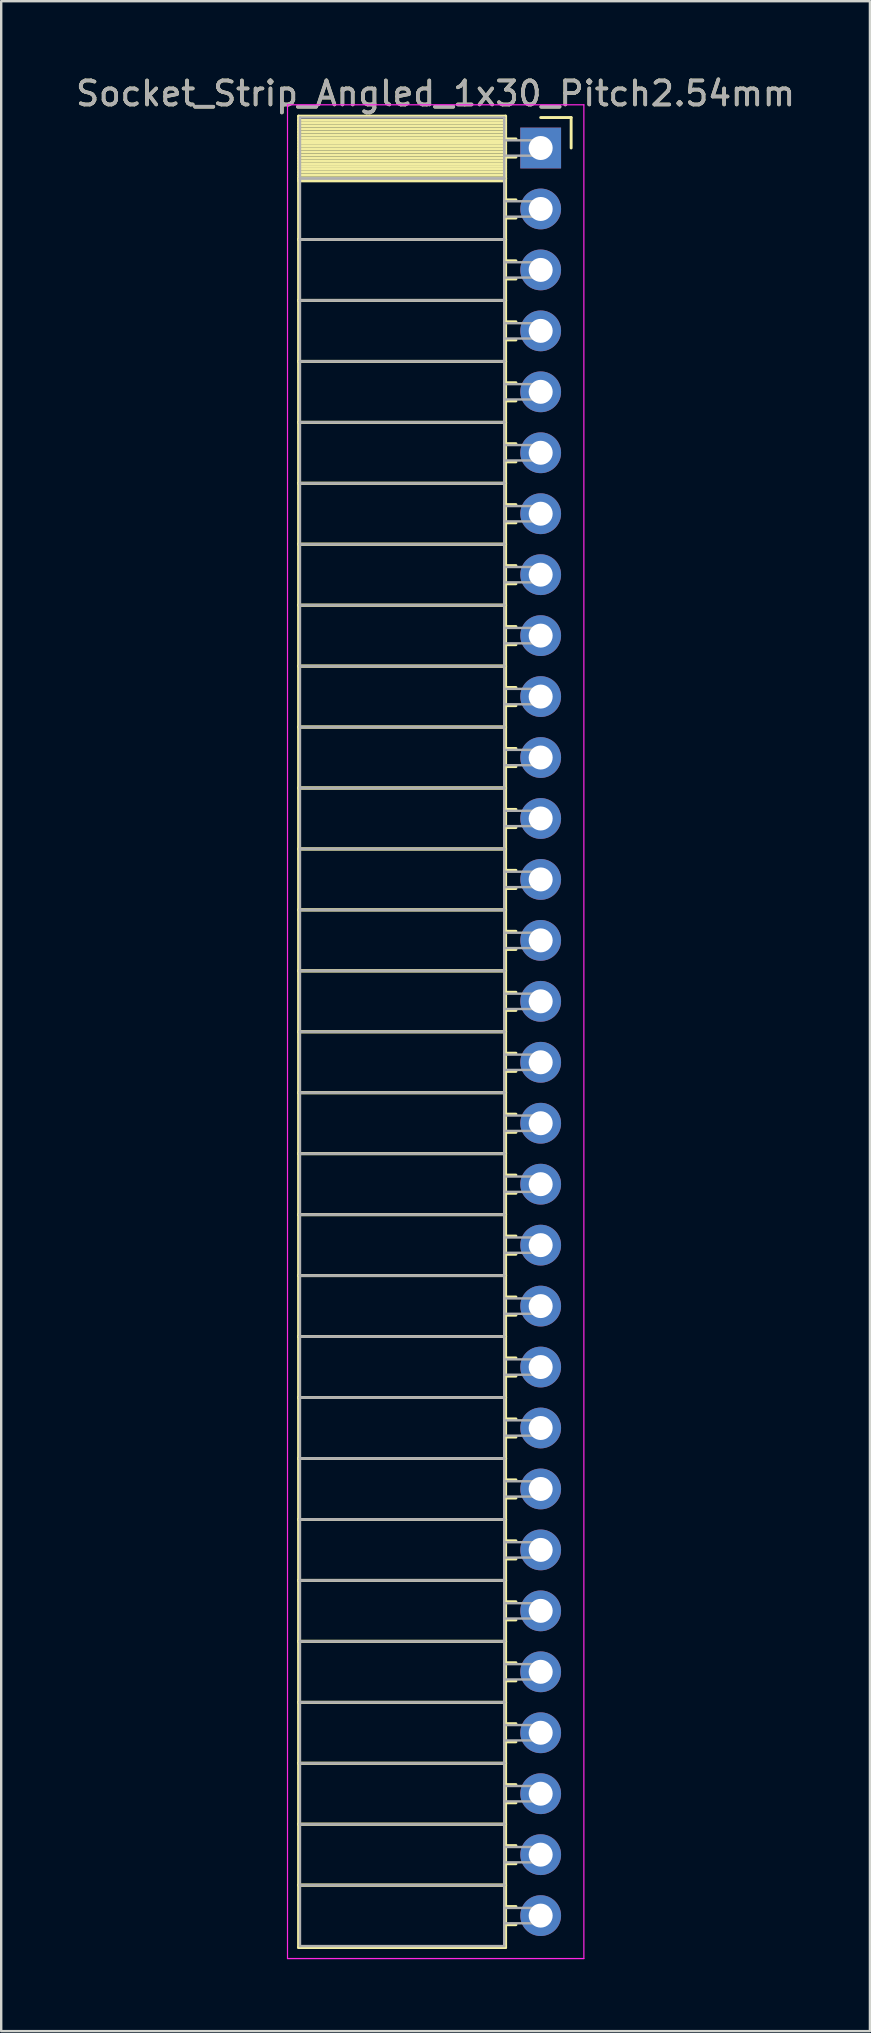
<source format=kicad_pcb>
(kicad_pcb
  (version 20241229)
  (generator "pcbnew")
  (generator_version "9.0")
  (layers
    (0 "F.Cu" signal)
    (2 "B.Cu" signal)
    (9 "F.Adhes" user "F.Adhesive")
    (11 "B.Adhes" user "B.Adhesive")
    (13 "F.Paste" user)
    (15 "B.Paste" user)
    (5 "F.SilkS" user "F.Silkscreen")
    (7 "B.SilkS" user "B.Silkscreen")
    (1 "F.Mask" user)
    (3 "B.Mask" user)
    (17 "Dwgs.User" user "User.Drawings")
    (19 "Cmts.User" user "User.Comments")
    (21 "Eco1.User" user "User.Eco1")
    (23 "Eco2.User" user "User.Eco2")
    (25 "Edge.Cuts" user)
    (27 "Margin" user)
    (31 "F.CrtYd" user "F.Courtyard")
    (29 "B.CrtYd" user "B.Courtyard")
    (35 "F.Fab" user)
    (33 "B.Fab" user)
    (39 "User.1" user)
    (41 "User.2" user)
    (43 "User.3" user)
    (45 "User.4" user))
  (footprint "Socket_Strip_Angled_1x30_Pitch2.54mm"
    (layer "F.Cu")
    (at 19.481 3.118)
    (property "Reference" "Socket_Strip_Angled_1x30_Pitch2.54mm" (at -4.38 -2.27 0) (layer "F.SilkS") (effects (font (size 1 1) (thickness 0.15))))
    (attr through_hole)
    (fp_line (start -10.09 -1.33) (end -1.46 -1.33) (stroke (width 0.12) (type solid)) (layer "F.SilkS"))
    (fp_line (start -10.09 1.27) (end -10.09 -1.33) (stroke (width 0.12) (type solid)) (layer "F.SilkS"))
    (fp_line (start -10.09 1.27) (end -1.46 1.27) (stroke (width 0.12) (type solid)) (layer "F.SilkS"))
    (fp_line (start -10.09 3.81) (end -10.09 1.27) (stroke (width 0.12) (type solid)) (layer "F.SilkS"))
    (fp_line (start -10.09 3.81) (end -1.46 3.81) (stroke (width 0.12) (type solid)) (layer "F.SilkS"))
    (fp_line (start -10.09 6.35) (end -10.09 3.81) (stroke (width 0.12) (type solid)) (layer "F.SilkS"))
    (fp_line (start -10.09 6.35) (end -1.46 6.35) (stroke (width 0.12) (type solid)) (layer "F.SilkS"))
    (fp_line (start -10.09 8.89) (end -10.09 6.35) (stroke (width 0.12) (type solid)) (layer "F.SilkS"))
    (fp_line (start -10.09 8.89) (end -1.46 8.89) (stroke (width 0.12) (type solid)) (layer "F.SilkS"))
    (fp_line (start -10.09 11.43) (end -10.09 8.89) (stroke (width 0.12) (type solid)) (layer "F.SilkS"))
    (fp_line (start -10.09 11.43) (end -1.46 11.43) (stroke (width 0.12) (type solid)) (layer "F.SilkS"))
    (fp_line (start -10.09 13.97) (end -10.09 11.43) (stroke (width 0.12) (type solid)) (layer "F.SilkS"))
    (fp_line (start -10.09 13.97) (end -1.46 13.97) (stroke (width 0.12) (type solid)) (layer "F.SilkS"))
    (fp_line (start -10.09 16.51) (end -10.09 13.97) (stroke (width 0.12) (type solid)) (layer "F.SilkS"))
    (fp_line (start -10.09 16.51) (end -1.46 16.51) (stroke (width 0.12) (type solid)) (layer "F.SilkS"))
    (fp_line (start -10.09 19.05) (end -10.09 16.51) (stroke (width 0.12) (type solid)) (layer "F.SilkS"))
    (fp_line (start -10.09 19.05) (end -1.46 19.05) (stroke (width 0.12) (type solid)) (layer "F.SilkS"))
    (fp_line (start -10.09 21.59) (end -10.09 19.05) (stroke (width 0.12) (type solid)) (layer "F.SilkS"))
    (fp_line (start -10.09 21.59) (end -1.46 21.59) (stroke (width 0.12) (type solid)) (layer "F.SilkS"))
    (fp_line (start -10.09 24.13) (end -10.09 21.59) (stroke (width 0.12) (type solid)) (layer "F.SilkS"))
    (fp_line (start -10.09 24.13) (end -1.46 24.13) (stroke (width 0.12) (type solid)) (layer "F.SilkS"))
    (fp_line (start -10.09 26.67) (end -10.09 24.13) (stroke (width 0.12) (type solid)) (layer "F.SilkS"))
    (fp_line (start -10.09 26.67) (end -1.46 26.67) (stroke (width 0.12) (type solid)) (layer "F.SilkS"))
    (fp_line (start -10.09 29.21) (end -10.09 26.67) (stroke (width 0.12) (type solid)) (layer "F.SilkS"))
    (fp_line (start -10.09 29.21) (end -1.46 29.21) (stroke (width 0.12) (type solid)) (layer "F.SilkS"))
    (fp_line (start -10.09 31.75) (end -10.09 29.21) (stroke (width 0.12) (type solid)) (layer "F.SilkS"))
    (fp_line (start -10.09 31.75) (end -1.46 31.75) (stroke (width 0.12) (type solid)) (layer "F.SilkS"))
    (fp_line (start -10.09 34.29) (end -10.09 31.75) (stroke (width 0.12) (type solid)) (layer "F.SilkS"))
    (fp_line (start -10.09 34.29) (end -1.46 34.29) (stroke (width 0.12) (type solid)) (layer "F.SilkS"))
    (fp_line (start -10.09 36.83) (end -10.09 34.29) (stroke (width 0.12) (type solid)) (layer "F.SilkS"))
    (fp_line (start -10.09 36.83) (end -1.46 36.83) (stroke (width 0.12) (type solid)) (layer "F.SilkS"))
    (fp_line (start -10.09 39.37) (end -10.09 36.83) (stroke (width 0.12) (type solid)) (layer "F.SilkS"))
    (fp_line (start -10.09 39.37) (end -1.46 39.37) (stroke (width 0.12) (type solid)) (layer "F.SilkS"))
    (fp_line (start -10.09 41.91) (end -10.09 39.37) (stroke (width 0.12) (type solid)) (layer "F.SilkS"))
    (fp_line (start -10.09 41.91) (end -1.46 41.91) (stroke (width 0.12) (type solid)) (layer "F.SilkS"))
    (fp_line (start -10.09 44.45) (end -10.09 41.91) (stroke (width 0.12) (type solid)) (layer "F.SilkS"))
    (fp_line (start -10.09 44.45) (end -1.46 44.45) (stroke (width 0.12) (type solid)) (layer "F.SilkS"))
    (fp_line (start -10.09 46.99) (end -10.09 44.45) (stroke (width 0.12) (type solid)) (layer "F.SilkS"))
    (fp_line (start -10.09 46.99) (end -1.46 46.99) (stroke (width 0.12) (type solid)) (layer "F.SilkS"))
    (fp_line (start -10.09 49.53) (end -10.09 46.99) (stroke (width 0.12) (type solid)) (layer "F.SilkS"))
    (fp_line (start -10.09 49.53) (end -1.46 49.53) (stroke (width 0.12) (type solid)) (layer "F.SilkS"))
    (fp_line (start -10.09 52.07) (end -10.09 49.53) (stroke (width 0.12) (type solid)) (layer "F.SilkS"))
    (fp_line (start -10.09 52.07) (end -1.46 52.07) (stroke (width 0.12) (type solid)) (layer "F.SilkS"))
    (fp_line (start -10.09 54.61) (end -10.09 52.07) (stroke (width 0.12) (type solid)) (layer "F.SilkS"))
    (fp_line (start -10.09 54.61) (end -1.46 54.61) (stroke (width 0.12) (type solid)) (layer "F.SilkS"))
    (fp_line (start -10.09 57.15) (end -10.09 54.61) (stroke (width 0.12) (type solid)) (layer "F.SilkS"))
    (fp_line (start -10.09 57.15) (end -1.46 57.15) (stroke (width 0.12) (type solid)) (layer "F.SilkS"))
    (fp_line (start -10.09 59.69) (end -10.09 57.15) (stroke (width 0.12) (type solid)) (layer "F.SilkS"))
    (fp_line (start -10.09 59.69) (end -1.46 59.69) (stroke (width 0.12) (type solid)) (layer "F.SilkS"))
    (fp_line (start -10.09 62.23) (end -10.09 59.69) (stroke (width 0.12) (type solid)) (layer "F.SilkS"))
    (fp_line (start -10.09 62.23) (end -1.46 62.23) (stroke (width 0.12) (type solid)) (layer "F.SilkS"))
    (fp_line (start -10.09 64.77) (end -10.09 62.23) (stroke (width 0.12) (type solid)) (layer "F.SilkS"))
    (fp_line (start -10.09 64.77) (end -1.46 64.77) (stroke (width 0.12) (type solid)) (layer "F.SilkS"))
    (fp_line (start -10.09 67.31) (end -10.09 64.77) (stroke (width 0.12) (type solid)) (layer "F.SilkS"))
    (fp_line (start -10.09 67.31) (end -1.46 67.31) (stroke (width 0.12) (type solid)) (layer "F.SilkS"))
    (fp_line (start -10.09 69.85) (end -10.09 67.31) (stroke (width 0.12) (type solid)) (layer "F.SilkS"))
    (fp_line (start -10.09 69.85) (end -1.46 69.85) (stroke (width 0.12) (type solid)) (layer "F.SilkS"))
    (fp_line (start -10.09 72.39) (end -10.09 69.85) (stroke (width 0.12) (type solid)) (layer "F.SilkS"))
    (fp_line (start -10.09 72.39) (end -1.46 72.39) (stroke (width 0.12) (type solid)) (layer "F.SilkS"))
    (fp_line (start -10.09 74.99) (end -10.09 72.39) (stroke (width 0.12) (type solid)) (layer "F.SilkS"))
    (fp_line (start -1.46 -1.33) (end -1.46 1.27) (stroke (width 0.12) (type solid)) (layer "F.SilkS"))
    (fp_line (start -1.46 -1.15) (end -10.09 -1.15) (stroke (width 0.12) (type solid)) (layer "F.SilkS"))
    (fp_line (start -1.46 -1.03) (end -10.09 -1.03) (stroke (width 0.12) (type solid)) (layer "F.SilkS"))
    (fp_line (start -1.46 -0.91) (end -10.09 -0.91) (stroke (width 0.12) (type solid)) (layer "F.SilkS"))
    (fp_line (start -1.46 -0.79) (end -10.09 -0.79) (stroke (width 0.12) (type solid)) (layer "F.SilkS"))
    (fp_line (start -1.46 -0.67) (end -10.09 -0.67) (stroke (width 0.12) (type solid)) (layer "F.SilkS"))
    (fp_line (start -1.46 -0.55) (end -10.09 -0.55) (stroke (width 0.12) (type solid)) (layer "F.SilkS"))
    (fp_line (start -1.46 -0.43) (end -10.09 -0.43) (stroke (width 0.12) (type solid)) (layer "F.SilkS"))
    (fp_line (start -1.46 -0.31) (end -10.09 -0.31) (stroke (width 0.12) (type solid)) (layer "F.SilkS"))
    (fp_line (start -1.46 -0.19) (end -10.09 -0.19) (stroke (width 0.12) (type solid)) (layer "F.SilkS"))
    (fp_line (start -1.46 -0.07) (end -10.09 -0.07) (stroke (width 0.12) (type solid)) (layer "F.SilkS"))
    (fp_line (start -1.46 0.05) (end -10.09 0.05) (stroke (width 0.12) (type solid)) (layer "F.SilkS"))
    (fp_line (start -1.46 0.17) (end -10.09 0.17) (stroke (width 0.12) (type solid)) (layer "F.SilkS"))
    (fp_line (start -1.46 0.29) (end -10.09 0.29) (stroke (width 0.12) (type solid)) (layer "F.SilkS"))
    (fp_line (start -1.46 0.41) (end -10.09 0.41) (stroke (width 0.12) (type solid)) (layer "F.SilkS"))
    (fp_line (start -1.46 0.53) (end -10.09 0.53) (stroke (width 0.12) (type solid)) (layer "F.SilkS"))
    (fp_line (start -1.46 0.65) (end -10.09 0.65) (stroke (width 0.12) (type solid)) (layer "F.SilkS"))
    (fp_line (start -1.46 0.77) (end -10.09 0.77) (stroke (width 0.12) (type solid)) (layer "F.SilkS"))
    (fp_line (start -1.46 0.89) (end -10.09 0.89) (stroke (width 0.12) (type solid)) (layer "F.SilkS"))
    (fp_line (start -1.46 1.01) (end -10.09 1.01) (stroke (width 0.12) (type solid)) (layer "F.SilkS"))
    (fp_line (start -1.46 1.13) (end -10.09 1.13) (stroke (width 0.12) (type solid)) (layer "F.SilkS"))
    (fp_line (start -1.46 1.25) (end -10.09 1.25) (stroke (width 0.12) (type solid)) (layer "F.SilkS"))
    (fp_line (start -1.46 1.27) (end -10.09 1.27) (stroke (width 0.12) (type solid)) (layer "F.SilkS"))
    (fp_line (start -1.46 1.27) (end -1.46 3.81) (stroke (width 0.12) (type solid)) (layer "F.SilkS"))
    (fp_line (start -1.46 1.37) (end -10.09 1.37) (stroke (width 0.12) (type solid)) (layer "F.SilkS"))
    (fp_line (start -1.46 3.81) (end -10.09 3.81) (stroke (width 0.12) (type solid)) (layer "F.SilkS"))
    (fp_line (start -1.46 3.81) (end -1.46 6.35) (stroke (width 0.12) (type solid)) (layer "F.SilkS"))
    (fp_line (start -1.46 6.35) (end -10.09 6.35) (stroke (width 0.12) (type solid)) (layer "F.SilkS"))
    (fp_line (start -1.46 6.35) (end -1.46 8.89) (stroke (width 0.12) (type solid)) (layer "F.SilkS"))
    (fp_line (start -1.46 8.89) (end -10.09 8.89) (stroke (width 0.12) (type solid)) (layer "F.SilkS"))
    (fp_line (start -1.46 8.89) (end -1.46 11.43) (stroke (width 0.12) (type solid)) (layer "F.SilkS"))
    (fp_line (start -1.46 11.43) (end -10.09 11.43) (stroke (width 0.12) (type solid)) (layer "F.SilkS"))
    (fp_line (start -1.46 11.43) (end -1.46 13.97) (stroke (width 0.12) (type solid)) (layer "F.SilkS"))
    (fp_line (start -1.46 13.97) (end -10.09 13.97) (stroke (width 0.12) (type solid)) (layer "F.SilkS"))
    (fp_line (start -1.46 13.97) (end -1.46 16.51) (stroke (width 0.12) (type solid)) (layer "F.SilkS"))
    (fp_line (start -1.46 16.51) (end -10.09 16.51) (stroke (width 0.12) (type solid)) (layer "F.SilkS"))
    (fp_line (start -1.46 16.51) (end -1.46 19.05) (stroke (width 0.12) (type solid)) (layer "F.SilkS"))
    (fp_line (start -1.46 19.05) (end -10.09 19.05) (stroke (width 0.12) (type solid)) (layer "F.SilkS"))
    (fp_line (start -1.46 19.05) (end -1.46 21.59) (stroke (width 0.12) (type solid)) (layer "F.SilkS"))
    (fp_line (start -1.46 21.59) (end -10.09 21.59) (stroke (width 0.12) (type solid)) (layer "F.SilkS"))
    (fp_line (start -1.46 21.59) (end -1.46 24.13) (stroke (width 0.12) (type solid)) (layer "F.SilkS"))
    (fp_line (start -1.46 24.13) (end -10.09 24.13) (stroke (width 0.12) (type solid)) (layer "F.SilkS"))
    (fp_line (start -1.46 24.13) (end -1.46 26.67) (stroke (width 0.12) (type solid)) (layer "F.SilkS"))
    (fp_line (start -1.46 26.67) (end -10.09 26.67) (stroke (width 0.12) (type solid)) (layer "F.SilkS"))
    (fp_line (start -1.46 26.67) (end -1.46 29.21) (stroke (width 0.12) (type solid)) (layer "F.SilkS"))
    (fp_line (start -1.46 29.21) (end -10.09 29.21) (stroke (width 0.12) (type solid)) (layer "F.SilkS"))
    (fp_line (start -1.46 29.21) (end -1.46 31.75) (stroke (width 0.12) (type solid)) (layer "F.SilkS"))
    (fp_line (start -1.46 31.75) (end -10.09 31.75) (stroke (width 0.12) (type solid)) (layer "F.SilkS"))
    (fp_line (start -1.46 31.75) (end -1.46 34.29) (stroke (width 0.12) (type solid)) (layer "F.SilkS"))
    (fp_line (start -1.46 34.29) (end -10.09 34.29) (stroke (width 0.12) (type solid)) (layer "F.SilkS"))
    (fp_line (start -1.46 34.29) (end -1.46 36.83) (stroke (width 0.12) (type solid)) (layer "F.SilkS"))
    (fp_line (start -1.46 36.83) (end -10.09 36.83) (stroke (width 0.12) (type solid)) (layer "F.SilkS"))
    (fp_line (start -1.46 36.83) (end -1.46 39.37) (stroke (width 0.12) (type solid)) (layer "F.SilkS"))
    (fp_line (start -1.46 39.37) (end -10.09 39.37) (stroke (width 0.12) (type solid)) (layer "F.SilkS"))
    (fp_line (start -1.46 39.37) (end -1.46 41.91) (stroke (width 0.12) (type solid)) (layer "F.SilkS"))
    (fp_line (start -1.46 41.91) (end -10.09 41.91) (stroke (width 0.12) (type solid)) (layer "F.SilkS"))
    (fp_line (start -1.46 41.91) (end -1.46 44.45) (stroke (width 0.12) (type solid)) (layer "F.SilkS"))
    (fp_line (start -1.46 44.45) (end -10.09 44.45) (stroke (width 0.12) (type solid)) (layer "F.SilkS"))
    (fp_line (start -1.46 44.45) (end -1.46 46.99) (stroke (width 0.12) (type solid)) (layer "F.SilkS"))
    (fp_line (start -1.46 46.99) (end -10.09 46.99) (stroke (width 0.12) (type solid)) (layer "F.SilkS"))
    (fp_line (start -1.46 46.99) (end -1.46 49.53) (stroke (width 0.12) (type solid)) (layer "F.SilkS"))
    (fp_line (start -1.46 49.53) (end -10.09 49.53) (stroke (width 0.12) (type solid)) (layer "F.SilkS"))
    (fp_line (start -1.46 49.53) (end -1.46 52.07) (stroke (width 0.12) (type solid)) (layer "F.SilkS"))
    (fp_line (start -1.46 52.07) (end -10.09 52.07) (stroke (width 0.12) (type solid)) (layer "F.SilkS"))
    (fp_line (start -1.46 52.07) (end -1.46 54.61) (stroke (width 0.12) (type solid)) (layer "F.SilkS"))
    (fp_line (start -1.46 54.61) (end -10.09 54.61) (stroke (width 0.12) (type solid)) (layer "F.SilkS"))
    (fp_line (start -1.46 54.61) (end -1.46 57.15) (stroke (width 0.12) (type solid)) (layer "F.SilkS"))
    (fp_line (start -1.46 57.15) (end -10.09 57.15) (stroke (width 0.12) (type solid)) (layer "F.SilkS"))
    (fp_line (start -1.46 57.15) (end -1.46 59.69) (stroke (width 0.12) (type solid)) (layer "F.SilkS"))
    (fp_line (start -1.46 59.69) (end -10.09 59.69) (stroke (width 0.12) (type solid)) (layer "F.SilkS"))
    (fp_line (start -1.46 59.69) (end -1.46 62.23) (stroke (width 0.12) (type solid)) (layer "F.SilkS"))
    (fp_line (start -1.46 62.23) (end -10.09 62.23) (stroke (width 0.12) (type solid)) (layer "F.SilkS"))
    (fp_line (start -1.46 62.23) (end -1.46 64.77) (stroke (width 0.12) (type solid)) (layer "F.SilkS"))
    (fp_line (start -1.46 64.77) (end -10.09 64.77) (stroke (width 0.12) (type solid)) (layer "F.SilkS"))
    (fp_line (start -1.46 64.77) (end -1.46 67.31) (stroke (width 0.12) (type solid)) (layer "F.SilkS"))
    (fp_line (start -1.46 67.31) (end -10.09 67.31) (stroke (width 0.12) (type solid)) (layer "F.SilkS"))
    (fp_line (start -1.46 67.31) (end -1.46 69.85) (stroke (width 0.12) (type solid)) (layer "F.SilkS"))
    (fp_line (start -1.46 69.85) (end -10.09 69.85) (stroke (width 0.12) (type solid)) (layer "F.SilkS"))
    (fp_line (start -1.46 69.85) (end -1.46 72.39) (stroke (width 0.12) (type solid)) (layer "F.SilkS"))
    (fp_line (start -1.46 72.39) (end -10.09 72.39) (stroke (width 0.12) (type solid)) (layer "F.SilkS"))
    (fp_line (start -1.46 72.39) (end -1.46 74.99) (stroke (width 0.12) (type solid)) (layer "F.SilkS"))
    (fp_line (start -1.46 74.99) (end -10.09 74.99) (stroke (width 0.12) (type solid)) (layer "F.SilkS"))
    (fp_line (start -1.03 -0.38) (end -1.46 -0.38) (stroke (width 0.12) (type solid)) (layer "F.SilkS"))
    (fp_line (start -1.03 0.38) (end -1.46 0.38) (stroke (width 0.12) (type solid)) (layer "F.SilkS"))
    (fp_line (start -1.03 2.16) (end -1.46 2.16) (stroke (width 0.12) (type solid)) (layer "F.SilkS"))
    (fp_line (start -1.03 2.92) (end -1.46 2.92) (stroke (width 0.12) (type solid)) (layer "F.SilkS"))
    (fp_line (start -1.03 4.7) (end -1.46 4.7) (stroke (width 0.12) (type solid)) (layer "F.SilkS"))
    (fp_line (start -1.03 5.46) (end -1.46 5.46) (stroke (width 0.12) (type solid)) (layer "F.SilkS"))
    (fp_line (start -1.03 7.24) (end -1.46 7.24) (stroke (width 0.12) (type solid)) (layer "F.SilkS"))
    (fp_line (start -1.03 8) (end -1.46 8) (stroke (width 0.12) (type solid)) (layer "F.SilkS"))
    (fp_line (start -1.03 9.78) (end -1.46 9.78) (stroke (width 0.12) (type solid)) (layer "F.SilkS"))
    (fp_line (start -1.03 10.54) (end -1.46 10.54) (stroke (width 0.12) (type solid)) (layer "F.SilkS"))
    (fp_line (start -1.03 12.32) (end -1.46 12.32) (stroke (width 0.12) (type solid)) (layer "F.SilkS"))
    (fp_line (start -1.03 13.08) (end -1.46 13.08) (stroke (width 0.12) (type solid)) (layer "F.SilkS"))
    (fp_line (start -1.03 14.86) (end -1.46 14.86) (stroke (width 0.12) (type solid)) (layer "F.SilkS"))
    (fp_line (start -1.03 15.62) (end -1.46 15.62) (stroke (width 0.12) (type solid)) (layer "F.SilkS"))
    (fp_line (start -1.03 17.4) (end -1.46 17.4) (stroke (width 0.12) (type solid)) (layer "F.SilkS"))
    (fp_line (start -1.03 18.16) (end -1.46 18.16) (stroke (width 0.12) (type solid)) (layer "F.SilkS"))
    (fp_line (start -1.03 19.94) (end -1.46 19.94) (stroke (width 0.12) (type solid)) (layer "F.SilkS"))
    (fp_line (start -1.03 20.7) (end -1.46 20.7) (stroke (width 0.12) (type solid)) (layer "F.SilkS"))
    (fp_line (start -1.03 22.48) (end -1.46 22.48) (stroke (width 0.12) (type solid)) (layer "F.SilkS"))
    (fp_line (start -1.03 23.24) (end -1.46 23.24) (stroke (width 0.12) (type solid)) (layer "F.SilkS"))
    (fp_line (start -1.03 25.02) (end -1.46 25.02) (stroke (width 0.12) (type solid)) (layer "F.SilkS"))
    (fp_line (start -1.03 25.78) (end -1.46 25.78) (stroke (width 0.12) (type solid)) (layer "F.SilkS"))
    (fp_line (start -1.03 27.56) (end -1.46 27.56) (stroke (width 0.12) (type solid)) (layer "F.SilkS"))
    (fp_line (start -1.03 28.32) (end -1.46 28.32) (stroke (width 0.12) (type solid)) (layer "F.SilkS"))
    (fp_line (start -1.03 30.1) (end -1.46 30.1) (stroke (width 0.12) (type solid)) (layer "F.SilkS"))
    (fp_line (start -1.03 30.86) (end -1.46 30.86) (stroke (width 0.12) (type solid)) (layer "F.SilkS"))
    (fp_line (start -1.03 32.64) (end -1.46 32.64) (stroke (width 0.12) (type solid)) (layer "F.SilkS"))
    (fp_line (start -1.03 33.4) (end -1.46 33.4) (stroke (width 0.12) (type solid)) (layer "F.SilkS"))
    (fp_line (start -1.03 35.18) (end -1.46 35.18) (stroke (width 0.12) (type solid)) (layer "F.SilkS"))
    (fp_line (start -1.03 35.94) (end -1.46 35.94) (stroke (width 0.12) (type solid)) (layer "F.SilkS"))
    (fp_line (start -1.03 37.72) (end -1.46 37.72) (stroke (width 0.12) (type solid)) (layer "F.SilkS"))
    (fp_line (start -1.03 38.48) (end -1.46 38.48) (stroke (width 0.12) (type solid)) (layer "F.SilkS"))
    (fp_line (start -1.03 40.26) (end -1.46 40.26) (stroke (width 0.12) (type solid)) (layer "F.SilkS"))
    (fp_line (start -1.03 41.02) (end -1.46 41.02) (stroke (width 0.12) (type solid)) (layer "F.SilkS"))
    (fp_line (start -1.03 42.8) (end -1.46 42.8) (stroke (width 0.12) (type solid)) (layer "F.SilkS"))
    (fp_line (start -1.03 43.56) (end -1.46 43.56) (stroke (width 0.12) (type solid)) (layer "F.SilkS"))
    (fp_line (start -1.03 45.34) (end -1.46 45.34) (stroke (width 0.12) (type solid)) (layer "F.SilkS"))
    (fp_line (start -1.03 46.1) (end -1.46 46.1) (stroke (width 0.12) (type solid)) (layer "F.SilkS"))
    (fp_line (start -1.03 47.88) (end -1.46 47.88) (stroke (width 0.12) (type solid)) (layer "F.SilkS"))
    (fp_line (start -1.03 48.64) (end -1.46 48.64) (stroke (width 0.12) (type solid)) (layer "F.SilkS"))
    (fp_line (start -1.03 50.42) (end -1.46 50.42) (stroke (width 0.12) (type solid)) (layer "F.SilkS"))
    (fp_line (start -1.03 51.18) (end -1.46 51.18) (stroke (width 0.12) (type solid)) (layer "F.SilkS"))
    (fp_line (start -1.03 52.96) (end -1.46 52.96) (stroke (width 0.12) (type solid)) (layer "F.SilkS"))
    (fp_line (start -1.03 53.72) (end -1.46 53.72) (stroke (width 0.12) (type solid)) (layer "F.SilkS"))
    (fp_line (start -1.03 55.5) (end -1.46 55.5) (stroke (width 0.12) (type solid)) (layer "F.SilkS"))
    (fp_line (start -1.03 56.26) (end -1.46 56.26) (stroke (width 0.12) (type solid)) (layer "F.SilkS"))
    (fp_line (start -1.03 58.04) (end -1.46 58.04) (stroke (width 0.12) (type solid)) (layer "F.SilkS"))
    (fp_line (start -1.03 58.8) (end -1.46 58.8) (stroke (width 0.12) (type solid)) (layer "F.SilkS"))
    (fp_line (start -1.03 60.58) (end -1.46 60.58) (stroke (width 0.12) (type solid)) (layer "F.SilkS"))
    (fp_line (start -1.03 61.34) (end -1.46 61.34) (stroke (width 0.12) (type solid)) (layer "F.SilkS"))
    (fp_line (start -1.03 63.12) (end -1.46 63.12) (stroke (width 0.12) (type solid)) (layer "F.SilkS"))
    (fp_line (start -1.03 63.88) (end -1.46 63.88) (stroke (width 0.12) (type solid)) (layer "F.SilkS"))
    (fp_line (start -1.03 65.66) (end -1.46 65.66) (stroke (width 0.12) (type solid)) (layer "F.SilkS"))
    (fp_line (start -1.03 66.42) (end -1.46 66.42) (stroke (width 0.12) (type solid)) (layer "F.SilkS"))
    (fp_line (start -1.03 68.2) (end -1.46 68.2) (stroke (width 0.12) (type solid)) (layer "F.SilkS"))
    (fp_line (start -1.03 68.96) (end -1.46 68.96) (stroke (width 0.12) (type solid)) (layer "F.SilkS"))
    (fp_line (start -1.03 70.74) (end -1.46 70.74) (stroke (width 0.12) (type solid)) (layer "F.SilkS"))
    (fp_line (start -1.03 71.5) (end -1.46 71.5) (stroke (width 0.12) (type solid)) (layer "F.SilkS"))
    (fp_line (start -1.03 73.28) (end -1.46 73.28) (stroke (width 0.12) (type solid)) (layer "F.SilkS"))
    (fp_line (start -1.03 74.04) (end -1.46 74.04) (stroke (width 0.12) (type solid)) (layer "F.SilkS"))
    (fp_line (start 0 -1.27) (end 1.27 -1.27) (stroke (width 0.12) (type solid)) (layer "F.SilkS"))
    (fp_line (start 1.27 -1.27) (end 1.27 0) (stroke (width 0.12) (type solid)) (layer "F.SilkS"))
    (fp_line (start -10.55 -1.8) (end 1.8 -1.8) (stroke (width 0.05) (type solid)) (layer "F.CrtYd"))
    (fp_line (start -10.55 75.45) (end -10.55 -1.8) (stroke (width 0.05) (type solid)) (layer "F.CrtYd"))
    (fp_line (start 1.8 -1.8) (end 1.8 75.45) (stroke (width 0.05) (type solid)) (layer "F.CrtYd"))
    (fp_line (start 1.8 75.45) (end -10.55 75.45) (stroke (width 0.05) (type solid)) (layer "F.CrtYd"))
    (fp_line (start -10.03 -1.27) (end -1.52 -1.27) (stroke (width 0.1) (type solid)) (layer "F.Fab"))
    (fp_line (start -10.03 1.27) (end -10.03 -1.27) (stroke (width 0.1) (type solid)) (layer "F.Fab"))
    (fp_line (start -10.03 1.27) (end -1.52 1.27) (stroke (width 0.1) (type solid)) (layer "F.Fab"))
    (fp_line (start -10.03 3.81) (end -10.03 1.27) (stroke (width 0.1) (type solid)) (layer "F.Fab"))
    (fp_line (start -10.03 3.81) (end -1.52 3.81) (stroke (width 0.1) (type solid)) (layer "F.Fab"))
    (fp_line (start -10.03 6.35) (end -10.03 3.81) (stroke (width 0.1) (type solid)) (layer "F.Fab"))
    (fp_line (start -10.03 6.35) (end -1.52 6.35) (stroke (width 0.1) (type solid)) (layer "F.Fab"))
    (fp_line (start -10.03 8.89) (end -10.03 6.35) (stroke (width 0.1) (type solid)) (layer "F.Fab"))
    (fp_line (start -10.03 8.89) (end -1.52 8.89) (stroke (width 0.1) (type solid)) (layer "F.Fab"))
    (fp_line (start -10.03 11.43) (end -10.03 8.89) (stroke (width 0.1) (type solid)) (layer "F.Fab"))
    (fp_line (start -10.03 11.43) (end -1.52 11.43) (stroke (width 0.1) (type solid)) (layer "F.Fab"))
    (fp_line (start -10.03 13.97) (end -10.03 11.43) (stroke (width 0.1) (type solid)) (layer "F.Fab"))
    (fp_line (start -10.03 13.97) (end -1.52 13.97) (stroke (width 0.1) (type solid)) (layer "F.Fab"))
    (fp_line (start -10.03 16.51) (end -10.03 13.97) (stroke (width 0.1) (type solid)) (layer "F.Fab"))
    (fp_line (start -10.03 16.51) (end -1.52 16.51) (stroke (width 0.1) (type solid)) (layer "F.Fab"))
    (fp_line (start -10.03 19.05) (end -10.03 16.51) (stroke (width 0.1) (type solid)) (layer "F.Fab"))
    (fp_line (start -10.03 19.05) (end -1.52 19.05) (stroke (width 0.1) (type solid)) (layer "F.Fab"))
    (fp_line (start -10.03 21.59) (end -10.03 19.05) (stroke (width 0.1) (type solid)) (layer "F.Fab"))
    (fp_line (start -10.03 21.59) (end -1.52 21.59) (stroke (width 0.1) (type solid)) (layer "F.Fab"))
    (fp_line (start -10.03 24.13) (end -10.03 21.59) (stroke (width 0.1) (type solid)) (layer "F.Fab"))
    (fp_line (start -10.03 24.13) (end -1.52 24.13) (stroke (width 0.1) (type solid)) (layer "F.Fab"))
    (fp_line (start -10.03 26.67) (end -10.03 24.13) (stroke (width 0.1) (type solid)) (layer "F.Fab"))
    (fp_line (start -10.03 26.67) (end -1.52 26.67) (stroke (width 0.1) (type solid)) (layer "F.Fab"))
    (fp_line (start -10.03 29.21) (end -10.03 26.67) (stroke (width 0.1) (type solid)) (layer "F.Fab"))
    (fp_line (start -10.03 29.21) (end -1.52 29.21) (stroke (width 0.1) (type solid)) (layer "F.Fab"))
    (fp_line (start -10.03 31.75) (end -10.03 29.21) (stroke (width 0.1) (type solid)) (layer "F.Fab"))
    (fp_line (start -10.03 31.75) (end -1.52 31.75) (stroke (width 0.1) (type solid)) (layer "F.Fab"))
    (fp_line (start -10.03 34.29) (end -10.03 31.75) (stroke (width 0.1) (type solid)) (layer "F.Fab"))
    (fp_line (start -10.03 34.29) (end -1.52 34.29) (stroke (width 0.1) (type solid)) (layer "F.Fab"))
    (fp_line (start -10.03 36.83) (end -10.03 34.29) (stroke (width 0.1) (type solid)) (layer "F.Fab"))
    (fp_line (start -10.03 36.83) (end -1.52 36.83) (stroke (width 0.1) (type solid)) (layer "F.Fab"))
    (fp_line (start -10.03 39.37) (end -10.03 36.83) (stroke (width 0.1) (type solid)) (layer "F.Fab"))
    (fp_line (start -10.03 39.37) (end -1.52 39.37) (stroke (width 0.1) (type solid)) (layer "F.Fab"))
    (fp_line (start -10.03 41.91) (end -10.03 39.37) (stroke (width 0.1) (type solid)) (layer "F.Fab"))
    (fp_line (start -10.03 41.91) (end -1.52 41.91) (stroke (width 0.1) (type solid)) (layer "F.Fab"))
    (fp_line (start -10.03 44.45) (end -10.03 41.91) (stroke (width 0.1) (type solid)) (layer "F.Fab"))
    (fp_line (start -10.03 44.45) (end -1.52 44.45) (stroke (width 0.1) (type solid)) (layer "F.Fab"))
    (fp_line (start -10.03 46.99) (end -10.03 44.45) (stroke (width 0.1) (type solid)) (layer "F.Fab"))
    (fp_line (start -10.03 46.99) (end -1.52 46.99) (stroke (width 0.1) (type solid)) (layer "F.Fab"))
    (fp_line (start -10.03 49.53) (end -10.03 46.99) (stroke (width 0.1) (type solid)) (layer "F.Fab"))
    (fp_line (start -10.03 49.53) (end -1.52 49.53) (stroke (width 0.1) (type solid)) (layer "F.Fab"))
    (fp_line (start -10.03 52.07) (end -10.03 49.53) (stroke (width 0.1) (type solid)) (layer "F.Fab"))
    (fp_line (start -10.03 52.07) (end -1.52 52.07) (stroke (width 0.1) (type solid)) (layer "F.Fab"))
    (fp_line (start -10.03 54.61) (end -10.03 52.07) (stroke (width 0.1) (type solid)) (layer "F.Fab"))
    (fp_line (start -10.03 54.61) (end -1.52 54.61) (stroke (width 0.1) (type solid)) (layer "F.Fab"))
    (fp_line (start -10.03 57.15) (end -10.03 54.61) (stroke (width 0.1) (type solid)) (layer "F.Fab"))
    (fp_line (start -10.03 57.15) (end -1.52 57.15) (stroke (width 0.1) (type solid)) (layer "F.Fab"))
    (fp_line (start -10.03 59.69) (end -10.03 57.15) (stroke (width 0.1) (type solid)) (layer "F.Fab"))
    (fp_line (start -10.03 59.69) (end -1.52 59.69) (stroke (width 0.1) (type solid)) (layer "F.Fab"))
    (fp_line (start -10.03 62.23) (end -10.03 59.69) (stroke (width 0.1) (type solid)) (layer "F.Fab"))
    (fp_line (start -10.03 62.23) (end -1.52 62.23) (stroke (width 0.1) (type solid)) (layer "F.Fab"))
    (fp_line (start -10.03 64.77) (end -10.03 62.23) (stroke (width 0.1) (type solid)) (layer "F.Fab"))
    (fp_line (start -10.03 64.77) (end -1.52 64.77) (stroke (width 0.1) (type solid)) (layer "F.Fab"))
    (fp_line (start -10.03 67.31) (end -10.03 64.77) (stroke (width 0.1) (type solid)) (layer "F.Fab"))
    (fp_line (start -10.03 67.31) (end -1.52 67.31) (stroke (width 0.1) (type solid)) (layer "F.Fab"))
    (fp_line (start -10.03 69.85) (end -10.03 67.31) (stroke (width 0.1) (type solid)) (layer "F.Fab"))
    (fp_line (start -10.03 69.85) (end -1.52 69.85) (stroke (width 0.1) (type solid)) (layer "F.Fab"))
    (fp_line (start -10.03 72.39) (end -10.03 69.85) (stroke (width 0.1) (type solid)) (layer "F.Fab"))
    (fp_line (start -10.03 72.39) (end -1.52 72.39) (stroke (width 0.1) (type solid)) (layer "F.Fab"))
    (fp_line (start -10.03 74.93) (end -10.03 72.39) (stroke (width 0.1) (type solid)) (layer "F.Fab"))
    (fp_line (start -1.52 -1.27) (end -1.52 1.27) (stroke (width 0.1) (type solid)) (layer "F.Fab"))
    (fp_line (start -1.52 -0.32) (end 0 -0.32) (stroke (width 0.1) (type solid)) (layer "F.Fab"))
    (fp_line (start -1.52 0.32) (end -1.52 -0.32) (stroke (width 0.1) (type solid)) (layer "F.Fab"))
    (fp_line (start -1.52 1.27) (end -10.03 1.27) (stroke (width 0.1) (type solid)) (layer "F.Fab"))
    (fp_line (start -1.52 1.27) (end -1.52 3.81) (stroke (width 0.1) (type solid)) (layer "F.Fab"))
    (fp_line (start -1.52 2.22) (end 0 2.22) (stroke (width 0.1) (type solid)) (layer "F.Fab"))
    (fp_line (start -1.52 2.86) (end -1.52 2.22) (stroke (width 0.1) (type solid)) (layer "F.Fab"))
    (fp_line (start -1.52 3.81) (end -10.03 3.81) (stroke (width 0.1) (type solid)) (layer "F.Fab"))
    (fp_line (start -1.52 3.81) (end -1.52 6.35) (stroke (width 0.1) (type solid)) (layer "F.Fab"))
    (fp_line (start -1.52 4.76) (end 0 4.76) (stroke (width 0.1) (type solid)) (layer "F.Fab"))
    (fp_line (start -1.52 5.4) (end -1.52 4.76) (stroke (width 0.1) (type solid)) (layer "F.Fab"))
    (fp_line (start -1.52 6.35) (end -10.03 6.35) (stroke (width 0.1) (type solid)) (layer "F.Fab"))
    (fp_line (start -1.52 6.35) (end -1.52 8.89) (stroke (width 0.1) (type solid)) (layer "F.Fab"))
    (fp_line (start -1.52 7.3) (end 0 7.3) (stroke (width 0.1) (type solid)) (layer "F.Fab"))
    (fp_line (start -1.52 7.94) (end -1.52 7.3) (stroke (width 0.1) (type solid)) (layer "F.Fab"))
    (fp_line (start -1.52 8.89) (end -10.03 8.89) (stroke (width 0.1) (type solid)) (layer "F.Fab"))
    (fp_line (start -1.52 8.89) (end -1.52 11.43) (stroke (width 0.1) (type solid)) (layer "F.Fab"))
    (fp_line (start -1.52 9.84) (end 0 9.84) (stroke (width 0.1) (type solid)) (layer "F.Fab"))
    (fp_line (start -1.52 10.48) (end -1.52 9.84) (stroke (width 0.1) (type solid)) (layer "F.Fab"))
    (fp_line (start -1.52 11.43) (end -10.03 11.43) (stroke (width 0.1) (type solid)) (layer "F.Fab"))
    (fp_line (start -1.52 11.43) (end -1.52 13.97) (stroke (width 0.1) (type solid)) (layer "F.Fab"))
    (fp_line (start -1.52 12.38) (end 0 12.38) (stroke (width 0.1) (type solid)) (layer "F.Fab"))
    (fp_line (start -1.52 13.02) (end -1.52 12.38) (stroke (width 0.1) (type solid)) (layer "F.Fab"))
    (fp_line (start -1.52 13.97) (end -10.03 13.97) (stroke (width 0.1) (type solid)) (layer "F.Fab"))
    (fp_line (start -1.52 13.97) (end -1.52 16.51) (stroke (width 0.1) (type solid)) (layer "F.Fab"))
    (fp_line (start -1.52 14.92) (end 0 14.92) (stroke (width 0.1) (type solid)) (layer "F.Fab"))
    (fp_line (start -1.52 15.56) (end -1.52 14.92) (stroke (width 0.1) (type solid)) (layer "F.Fab"))
    (fp_line (start -1.52 16.51) (end -10.03 16.51) (stroke (width 0.1) (type solid)) (layer "F.Fab"))
    (fp_line (start -1.52 16.51) (end -1.52 19.05) (stroke (width 0.1) (type solid)) (layer "F.Fab"))
    (fp_line (start -1.52 17.46) (end 0 17.46) (stroke (width 0.1) (type solid)) (layer "F.Fab"))
    (fp_line (start -1.52 18.1) (end -1.52 17.46) (stroke (width 0.1) (type solid)) (layer "F.Fab"))
    (fp_line (start -1.52 19.05) (end -10.03 19.05) (stroke (width 0.1) (type solid)) (layer "F.Fab"))
    (fp_line (start -1.52 19.05) (end -1.52 21.59) (stroke (width 0.1) (type solid)) (layer "F.Fab"))
    (fp_line (start -1.52 20) (end 0 20) (stroke (width 0.1) (type solid)) (layer "F.Fab"))
    (fp_line (start -1.52 20.64) (end -1.52 20) (stroke (width 0.1) (type solid)) (layer "F.Fab"))
    (fp_line (start -1.52 21.59) (end -10.03 21.59) (stroke (width 0.1) (type solid)) (layer "F.Fab"))
    (fp_line (start -1.52 21.59) (end -1.52 24.13) (stroke (width 0.1) (type solid)) (layer "F.Fab"))
    (fp_line (start -1.52 22.54) (end 0 22.54) (stroke (width 0.1) (type solid)) (layer "F.Fab"))
    (fp_line (start -1.52 23.18) (end -1.52 22.54) (stroke (width 0.1) (type solid)) (layer "F.Fab"))
    (fp_line (start -1.52 24.13) (end -10.03 24.13) (stroke (width 0.1) (type solid)) (layer "F.Fab"))
    (fp_line (start -1.52 24.13) (end -1.52 26.67) (stroke (width 0.1) (type solid)) (layer "F.Fab"))
    (fp_line (start -1.52 25.08) (end 0 25.08) (stroke (width 0.1) (type solid)) (layer "F.Fab"))
    (fp_line (start -1.52 25.72) (end -1.52 25.08) (stroke (width 0.1) (type solid)) (layer "F.Fab"))
    (fp_line (start -1.52 26.67) (end -10.03 26.67) (stroke (width 0.1) (type solid)) (layer "F.Fab"))
    (fp_line (start -1.52 26.67) (end -1.52 29.21) (stroke (width 0.1) (type solid)) (layer "F.Fab"))
    (fp_line (start -1.52 27.62) (end 0 27.62) (stroke (width 0.1) (type solid)) (layer "F.Fab"))
    (fp_line (start -1.52 28.26) (end -1.52 27.62) (stroke (width 0.1) (type solid)) (layer "F.Fab"))
    (fp_line (start -1.52 29.21) (end -10.03 29.21) (stroke (width 0.1) (type solid)) (layer "F.Fab"))
    (fp_line (start -1.52 29.21) (end -1.52 31.75) (stroke (width 0.1) (type solid)) (layer "F.Fab"))
    (fp_line (start -1.52 30.16) (end 0 30.16) (stroke (width 0.1) (type solid)) (layer "F.Fab"))
    (fp_line (start -1.52 30.8) (end -1.52 30.16) (stroke (width 0.1) (type solid)) (layer "F.Fab"))
    (fp_line (start -1.52 31.75) (end -10.03 31.75) (stroke (width 0.1) (type solid)) (layer "F.Fab"))
    (fp_line (start -1.52 31.75) (end -1.52 34.29) (stroke (width 0.1) (type solid)) (layer "F.Fab"))
    (fp_line (start -1.52 32.7) (end 0 32.7) (stroke (width 0.1) (type solid)) (layer "F.Fab"))
    (fp_line (start -1.52 33.34) (end -1.52 32.7) (stroke (width 0.1) (type solid)) (layer "F.Fab"))
    (fp_line (start -1.52 34.29) (end -10.03 34.29) (stroke (width 0.1) (type solid)) (layer "F.Fab"))
    (fp_line (start -1.52 34.29) (end -1.52 36.83) (stroke (width 0.1) (type solid)) (layer "F.Fab"))
    (fp_line (start -1.52 35.24) (end 0 35.24) (stroke (width 0.1) (type solid)) (layer "F.Fab"))
    (fp_line (start -1.52 35.88) (end -1.52 35.24) (stroke (width 0.1) (type solid)) (layer "F.Fab"))
    (fp_line (start -1.52 36.83) (end -10.03 36.83) (stroke (width 0.1) (type solid)) (layer "F.Fab"))
    (fp_line (start -1.52 36.83) (end -1.52 39.37) (stroke (width 0.1) (type solid)) (layer "F.Fab"))
    (fp_line (start -1.52 37.78) (end 0 37.78) (stroke (width 0.1) (type solid)) (layer "F.Fab"))
    (fp_line (start -1.52 38.42) (end -1.52 37.78) (stroke (width 0.1) (type solid)) (layer "F.Fab"))
    (fp_line (start -1.52 39.37) (end -10.03 39.37) (stroke (width 0.1) (type solid)) (layer "F.Fab"))
    (fp_line (start -1.52 39.37) (end -1.52 41.91) (stroke (width 0.1) (type solid)) (layer "F.Fab"))
    (fp_line (start -1.52 40.32) (end 0 40.32) (stroke (width 0.1) (type solid)) (layer "F.Fab"))
    (fp_line (start -1.52 40.96) (end -1.52 40.32) (stroke (width 0.1) (type solid)) (layer "F.Fab"))
    (fp_line (start -1.52 41.91) (end -10.03 41.91) (stroke (width 0.1) (type solid)) (layer "F.Fab"))
    (fp_line (start -1.52 41.91) (end -1.52 44.45) (stroke (width 0.1) (type solid)) (layer "F.Fab"))
    (fp_line (start -1.52 42.86) (end 0 42.86) (stroke (width 0.1) (type solid)) (layer "F.Fab"))
    (fp_line (start -1.52 43.5) (end -1.52 42.86) (stroke (width 0.1) (type solid)) (layer "F.Fab"))
    (fp_line (start -1.52 44.45) (end -10.03 44.45) (stroke (width 0.1) (type solid)) (layer "F.Fab"))
    (fp_line (start -1.52 44.45) (end -1.52 46.99) (stroke (width 0.1) (type solid)) (layer "F.Fab"))
    (fp_line (start -1.52 45.4) (end 0 45.4) (stroke (width 0.1) (type solid)) (layer "F.Fab"))
    (fp_line (start -1.52 46.04) (end -1.52 45.4) (stroke (width 0.1) (type solid)) (layer "F.Fab"))
    (fp_line (start -1.52 46.99) (end -10.03 46.99) (stroke (width 0.1) (type solid)) (layer "F.Fab"))
    (fp_line (start -1.52 46.99) (end -1.52 49.53) (stroke (width 0.1) (type solid)) (layer "F.Fab"))
    (fp_line (start -1.52 47.94) (end 0 47.94) (stroke (width 0.1) (type solid)) (layer "F.Fab"))
    (fp_line (start -1.52 48.58) (end -1.52 47.94) (stroke (width 0.1) (type solid)) (layer "F.Fab"))
    (fp_line (start -1.52 49.53) (end -10.03 49.53) (stroke (width 0.1) (type solid)) (layer "F.Fab"))
    (fp_line (start -1.52 49.53) (end -1.52 52.07) (stroke (width 0.1) (type solid)) (layer "F.Fab"))
    (fp_line (start -1.52 50.48) (end 0 50.48) (stroke (width 0.1) (type solid)) (layer "F.Fab"))
    (fp_line (start -1.52 51.12) (end -1.52 50.48) (stroke (width 0.1) (type solid)) (layer "F.Fab"))
    (fp_line (start -1.52 52.07) (end -10.03 52.07) (stroke (width 0.1) (type solid)) (layer "F.Fab"))
    (fp_line (start -1.52 52.07) (end -1.52 54.61) (stroke (width 0.1) (type solid)) (layer "F.Fab"))
    (fp_line (start -1.52 53.02) (end 0 53.02) (stroke (width 0.1) (type solid)) (layer "F.Fab"))
    (fp_line (start -1.52 53.66) (end -1.52 53.02) (stroke (width 0.1) (type solid)) (layer "F.Fab"))
    (fp_line (start -1.52 54.61) (end -10.03 54.61) (stroke (width 0.1) (type solid)) (layer "F.Fab"))
    (fp_line (start -1.52 54.61) (end -1.52 57.15) (stroke (width 0.1) (type solid)) (layer "F.Fab"))
    (fp_line (start -1.52 55.56) (end 0 55.56) (stroke (width 0.1) (type solid)) (layer "F.Fab"))
    (fp_line (start -1.52 56.2) (end -1.52 55.56) (stroke (width 0.1) (type solid)) (layer "F.Fab"))
    (fp_line (start -1.52 57.15) (end -10.03 57.15) (stroke (width 0.1) (type solid)) (layer "F.Fab"))
    (fp_line (start -1.52 57.15) (end -1.52 59.69) (stroke (width 0.1) (type solid)) (layer "F.Fab"))
    (fp_line (start -1.52 58.1) (end 0 58.1) (stroke (width 0.1) (type solid)) (layer "F.Fab"))
    (fp_line (start -1.52 58.74) (end -1.52 58.1) (stroke (width 0.1) (type solid)) (layer "F.Fab"))
    (fp_line (start -1.52 59.69) (end -10.03 59.69) (stroke (width 0.1) (type solid)) (layer "F.Fab"))
    (fp_line (start -1.52 59.69) (end -1.52 62.23) (stroke (width 0.1) (type solid)) (layer "F.Fab"))
    (fp_line (start -1.52 60.64) (end 0 60.64) (stroke (width 0.1) (type solid)) (layer "F.Fab"))
    (fp_line (start -1.52 61.28) (end -1.52 60.64) (stroke (width 0.1) (type solid)) (layer "F.Fab"))
    (fp_line (start -1.52 62.23) (end -10.03 62.23) (stroke (width 0.1) (type solid)) (layer "F.Fab"))
    (fp_line (start -1.52 62.23) (end -1.52 64.77) (stroke (width 0.1) (type solid)) (layer "F.Fab"))
    (fp_line (start -1.52 63.18) (end 0 63.18) (stroke (width 0.1) (type solid)) (layer "F.Fab"))
    (fp_line (start -1.52 63.82) (end -1.52 63.18) (stroke (width 0.1) (type solid)) (layer "F.Fab"))
    (fp_line (start -1.52 64.77) (end -10.03 64.77) (stroke (width 0.1) (type solid)) (layer "F.Fab"))
    (fp_line (start -1.52 64.77) (end -1.52 67.31) (stroke (width 0.1) (type solid)) (layer "F.Fab"))
    (fp_line (start -1.52 65.72) (end 0 65.72) (stroke (width 0.1) (type solid)) (layer "F.Fab"))
    (fp_line (start -1.52 66.36) (end -1.52 65.72) (stroke (width 0.1) (type solid)) (layer "F.Fab"))
    (fp_line (start -1.52 67.31) (end -10.03 67.31) (stroke (width 0.1) (type solid)) (layer "F.Fab"))
    (fp_line (start -1.52 67.31) (end -1.52 69.85) (stroke (width 0.1) (type solid)) (layer "F.Fab"))
    (fp_line (start -1.52 68.26) (end 0 68.26) (stroke (width 0.1) (type solid)) (layer "F.Fab"))
    (fp_line (start -1.52 68.9) (end -1.52 68.26) (stroke (width 0.1) (type solid)) (layer "F.Fab"))
    (fp_line (start -1.52 69.85) (end -10.03 69.85) (stroke (width 0.1) (type solid)) (layer "F.Fab"))
    (fp_line (start -1.52 69.85) (end -1.52 72.39) (stroke (width 0.1) (type solid)) (layer "F.Fab"))
    (fp_line (start -1.52 70.8) (end 0 70.8) (stroke (width 0.1) (type solid)) (layer "F.Fab"))
    (fp_line (start -1.52 71.44) (end -1.52 70.8) (stroke (width 0.1) (type solid)) (layer "F.Fab"))
    (fp_line (start -1.52 72.39) (end -10.03 72.39) (stroke (width 0.1) (type solid)) (layer "F.Fab"))
    (fp_line (start -1.52 72.39) (end -1.52 74.93) (stroke (width 0.1) (type solid)) (layer "F.Fab"))
    (fp_line (start -1.52 73.34) (end 0 73.34) (stroke (width 0.1) (type solid)) (layer "F.Fab"))
    (fp_line (start -1.52 73.98) (end -1.52 73.34) (stroke (width 0.1) (type solid)) (layer "F.Fab"))
    (fp_line (start -1.52 74.93) (end -10.03 74.93) (stroke (width 0.1) (type solid)) (layer "F.Fab"))
    (fp_line (start 0 -0.32) (end 0 0.32) (stroke (width 0.1) (type solid)) (layer "F.Fab"))
    (fp_line (start 0 0.32) (end -1.52 0.32) (stroke (width 0.1) (type solid)) (layer "F.Fab"))
    (fp_line (start 0 2.22) (end 0 2.86) (stroke (width 0.1) (type solid)) (layer "F.Fab"))
    (fp_line (start 0 2.86) (end -1.52 2.86) (stroke (width 0.1) (type solid)) (layer "F.Fab"))
    (fp_line (start 0 4.76) (end 0 5.4) (stroke (width 0.1) (type solid)) (layer "F.Fab"))
    (fp_line (start 0 5.4) (end -1.52 5.4) (stroke (width 0.1) (type solid)) (layer "F.Fab"))
    (fp_line (start 0 7.3) (end 0 7.94) (stroke (width 0.1) (type solid)) (layer "F.Fab"))
    (fp_line (start 0 7.94) (end -1.52 7.94) (stroke (width 0.1) (type solid)) (layer "F.Fab"))
    (fp_line (start 0 9.84) (end 0 10.48) (stroke (width 0.1) (type solid)) (layer "F.Fab"))
    (fp_line (start 0 10.48) (end -1.52 10.48) (stroke (width 0.1) (type solid)) (layer "F.Fab"))
    (fp_line (start 0 12.38) (end 0 13.02) (stroke (width 0.1) (type solid)) (layer "F.Fab"))
    (fp_line (start 0 13.02) (end -1.52 13.02) (stroke (width 0.1) (type solid)) (layer "F.Fab"))
    (fp_line (start 0 14.92) (end 0 15.56) (stroke (width 0.1) (type solid)) (layer "F.Fab"))
    (fp_line (start 0 15.56) (end -1.52 15.56) (stroke (width 0.1) (type solid)) (layer "F.Fab"))
    (fp_line (start 0 17.46) (end 0 18.1) (stroke (width 0.1) (type solid)) (layer "F.Fab"))
    (fp_line (start 0 18.1) (end -1.52 18.1) (stroke (width 0.1) (type solid)) (layer "F.Fab"))
    (fp_line (start 0 20) (end 0 20.64) (stroke (width 0.1) (type solid)) (layer "F.Fab"))
    (fp_line (start 0 20.64) (end -1.52 20.64) (stroke (width 0.1) (type solid)) (layer "F.Fab"))
    (fp_line (start 0 22.54) (end 0 23.18) (stroke (width 0.1) (type solid)) (layer "F.Fab"))
    (fp_line (start 0 23.18) (end -1.52 23.18) (stroke (width 0.1) (type solid)) (layer "F.Fab"))
    (fp_line (start 0 25.08) (end 0 25.72) (stroke (width 0.1) (type solid)) (layer "F.Fab"))
    (fp_line (start 0 25.72) (end -1.52 25.72) (stroke (width 0.1) (type solid)) (layer "F.Fab"))
    (fp_line (start 0 27.62) (end 0 28.26) (stroke (width 0.1) (type solid)) (layer "F.Fab"))
    (fp_line (start 0 28.26) (end -1.52 28.26) (stroke (width 0.1) (type solid)) (layer "F.Fab"))
    (fp_line (start 0 30.16) (end 0 30.8) (stroke (width 0.1) (type solid)) (layer "F.Fab"))
    (fp_line (start 0 30.8) (end -1.52 30.8) (stroke (width 0.1) (type solid)) (layer "F.Fab"))
    (fp_line (start 0 32.7) (end 0 33.34) (stroke (width 0.1) (type solid)) (layer "F.Fab"))
    (fp_line (start 0 33.34) (end -1.52 33.34) (stroke (width 0.1) (type solid)) (layer "F.Fab"))
    (fp_line (start 0 35.24) (end 0 35.88) (stroke (width 0.1) (type solid)) (layer "F.Fab"))
    (fp_line (start 0 35.88) (end -1.52 35.88) (stroke (width 0.1) (type solid)) (layer "F.Fab"))
    (fp_line (start 0 37.78) (end 0 38.42) (stroke (width 0.1) (type solid)) (layer "F.Fab"))
    (fp_line (start 0 38.42) (end -1.52 38.42) (stroke (width 0.1) (type solid)) (layer "F.Fab"))
    (fp_line (start 0 40.32) (end 0 40.96) (stroke (width 0.1) (type solid)) (layer "F.Fab"))
    (fp_line (start 0 40.96) (end -1.52 40.96) (stroke (width 0.1) (type solid)) (layer "F.Fab"))
    (fp_line (start 0 42.86) (end 0 43.5) (stroke (width 0.1) (type solid)) (layer "F.Fab"))
    (fp_line (start 0 43.5) (end -1.52 43.5) (stroke (width 0.1) (type solid)) (layer "F.Fab"))
    (fp_line (start 0 45.4) (end 0 46.04) (stroke (width 0.1) (type solid)) (layer "F.Fab"))
    (fp_line (start 0 46.04) (end -1.52 46.04) (stroke (width 0.1) (type solid)) (layer "F.Fab"))
    (fp_line (start 0 47.94) (end 0 48.58) (stroke (width 0.1) (type solid)) (layer "F.Fab"))
    (fp_line (start 0 48.58) (end -1.52 48.58) (stroke (width 0.1) (type solid)) (layer "F.Fab"))
    (fp_line (start 0 50.48) (end 0 51.12) (stroke (width 0.1) (type solid)) (layer "F.Fab"))
    (fp_line (start 0 51.12) (end -1.52 51.12) (stroke (width 0.1) (type solid)) (layer "F.Fab"))
    (fp_line (start 0 53.02) (end 0 53.66) (stroke (width 0.1) (type solid)) (layer "F.Fab"))
    (fp_line (start 0 53.66) (end -1.52 53.66) (stroke (width 0.1) (type solid)) (layer "F.Fab"))
    (fp_line (start 0 55.56) (end 0 56.2) (stroke (width 0.1) (type solid)) (layer "F.Fab"))
    (fp_line (start 0 56.2) (end -1.52 56.2) (stroke (width 0.1) (type solid)) (layer "F.Fab"))
    (fp_line (start 0 58.1) (end 0 58.74) (stroke (width 0.1) (type solid)) (layer "F.Fab"))
    (fp_line (start 0 58.74) (end -1.52 58.74) (stroke (width 0.1) (type solid)) (layer "F.Fab"))
    (fp_line (start 0 60.64) (end 0 61.28) (stroke (width 0.1) (type solid)) (layer "F.Fab"))
    (fp_line (start 0 61.28) (end -1.52 61.28) (stroke (width 0.1) (type solid)) (layer "F.Fab"))
    (fp_line (start 0 63.18) (end 0 63.82) (stroke (width 0.1) (type solid)) (layer "F.Fab"))
    (fp_line (start 0 63.82) (end -1.52 63.82) (stroke (width 0.1) (type solid)) (layer "F.Fab"))
    (fp_line (start 0 65.72) (end 0 66.36) (stroke (width 0.1) (type solid)) (layer "F.Fab"))
    (fp_line (start 0 66.36) (end -1.52 66.36) (stroke (width 0.1) (type solid)) (layer "F.Fab"))
    (fp_line (start 0 68.26) (end 0 68.9) (stroke (width 0.1) (type solid)) (layer "F.Fab"))
    (fp_line (start 0 68.9) (end -1.52 68.9) (stroke (width 0.1) (type solid)) (layer "F.Fab"))
    (fp_line (start 0 70.8) (end 0 71.44) (stroke (width 0.1) (type solid)) (layer "F.Fab"))
    (fp_line (start 0 71.44) (end -1.52 71.44) (stroke (width 0.1) (type solid)) (layer "F.Fab"))
    (fp_line (start 0 73.34) (end 0 73.98) (stroke (width 0.1) (type solid)) (layer "F.Fab"))
    (fp_line (start 0 73.98) (end -1.52 73.98) (stroke (width 0.1) (type solid)) (layer "F.Fab"))
    (fp_text user "${REFERENCE}" (at -4.38 -2.27 0) (layer "F.Fab") (effects (font (size 1 1) (thickness 0.15))))
    (pad "1" thru_hole rect (at 0 0) (size 1.7 1.7) (drill 1) (layers "*.Cu" "*.Mask"))
    (pad "2" thru_hole oval (at 0 2.54) (size 1.7 1.7) (drill 1) (layers "*.Cu" "*.Mask"))
    (pad "3" thru_hole oval (at 0 5.08) (size 1.7 1.7) (drill 1) (layers "*.Cu" "*.Mask"))
    (pad "4" thru_hole oval (at 0 7.62) (size 1.7 1.7) (drill 1) (layers "*.Cu" "*.Mask"))
    (pad "5" thru_hole oval (at 0 10.16) (size 1.7 1.7) (drill 1) (layers "*.Cu" "*.Mask"))
    (pad "6" thru_hole oval (at 0 12.7) (size 1.7 1.7) (drill 1) (layers "*.Cu" "*.Mask"))
    (pad "7" thru_hole oval (at 0 15.24) (size 1.7 1.7) (drill 1) (layers "*.Cu" "*.Mask"))
    (pad "8" thru_hole oval (at 0 17.78) (size 1.7 1.7) (drill 1) (layers "*.Cu" "*.Mask"))
    (pad "9" thru_hole oval (at 0 20.32) (size 1.7 1.7) (drill 1) (layers "*.Cu" "*.Mask"))
    (pad "10" thru_hole oval (at 0 22.86) (size 1.7 1.7) (drill 1) (layers "*.Cu" "*.Mask"))
    (pad "11" thru_hole oval (at 0 25.4) (size 1.7 1.7) (drill 1) (layers "*.Cu" "*.Mask"))
    (pad "12" thru_hole oval (at 0 27.94) (size 1.7 1.7) (drill 1) (layers "*.Cu" "*.Mask"))
    (pad "13" thru_hole oval (at 0 30.48) (size 1.7 1.7) (drill 1) (layers "*.Cu" "*.Mask"))
    (pad "14" thru_hole oval (at 0 33.02) (size 1.7 1.7) (drill 1) (layers "*.Cu" "*.Mask"))
    (pad "15" thru_hole oval (at 0 35.56) (size 1.7 1.7) (drill 1) (layers "*.Cu" "*.Mask"))
    (pad "16" thru_hole oval (at 0 38.1) (size 1.7 1.7) (drill 1) (layers "*.Cu" "*.Mask"))
    (pad "17" thru_hole oval (at 0 40.64) (size 1.7 1.7) (drill 1) (layers "*.Cu" "*.Mask"))
    (pad "18" thru_hole oval (at 0 43.18) (size 1.7 1.7) (drill 1) (layers "*.Cu" "*.Mask"))
    (pad "19" thru_hole oval (at 0 45.72) (size 1.7 1.7) (drill 1) (layers "*.Cu" "*.Mask"))
    (pad "20" thru_hole oval (at 0 48.26) (size 1.7 1.7) (drill 1) (layers "*.Cu" "*.Mask"))
    (pad "21" thru_hole oval (at 0 50.8) (size 1.7 1.7) (drill 1) (layers "*.Cu" "*.Mask"))
    (pad "22" thru_hole oval (at 0 53.34) (size 1.7 1.7) (drill 1) (layers "*.Cu" "*.Mask"))
    (pad "23" thru_hole oval (at 0 55.88) (size 1.7 1.7) (drill 1) (layers "*.Cu" "*.Mask"))
    (pad "24" thru_hole oval (at 0 58.42) (size 1.7 1.7) (drill 1) (layers "*.Cu" "*.Mask"))
    (pad "25" thru_hole oval (at 0 60.96) (size 1.7 1.7) (drill 1) (layers "*.Cu" "*.Mask"))
    (pad "26" thru_hole oval (at 0 63.5) (size 1.7 1.7) (drill 1) (layers "*.Cu" "*.Mask"))
    (pad "27" thru_hole oval (at 0 66.04) (size 1.7 1.7) (drill 1) (layers "*.Cu" "*.Mask"))
    (pad "28" thru_hole oval (at 0 68.58) (size 1.7 1.7) (drill 1) (layers "*.Cu" "*.Mask"))
    (pad "29" thru_hole oval (at 0 71.12) (size 1.7 1.7) (drill 1) (layers "*.Cu" "*.Mask"))
    (pad "30" thru_hole oval (at 0 73.66) (size 1.7 1.7) (drill 1) (layers "*.Cu" "*.Mask")))
  (gr_rect
    (start -3 -3)
    (end 33.202 81.593)
    (stroke (width 0.1) (type default))
    (fill no)
    (layer "Edge.Cuts")))
</source>
